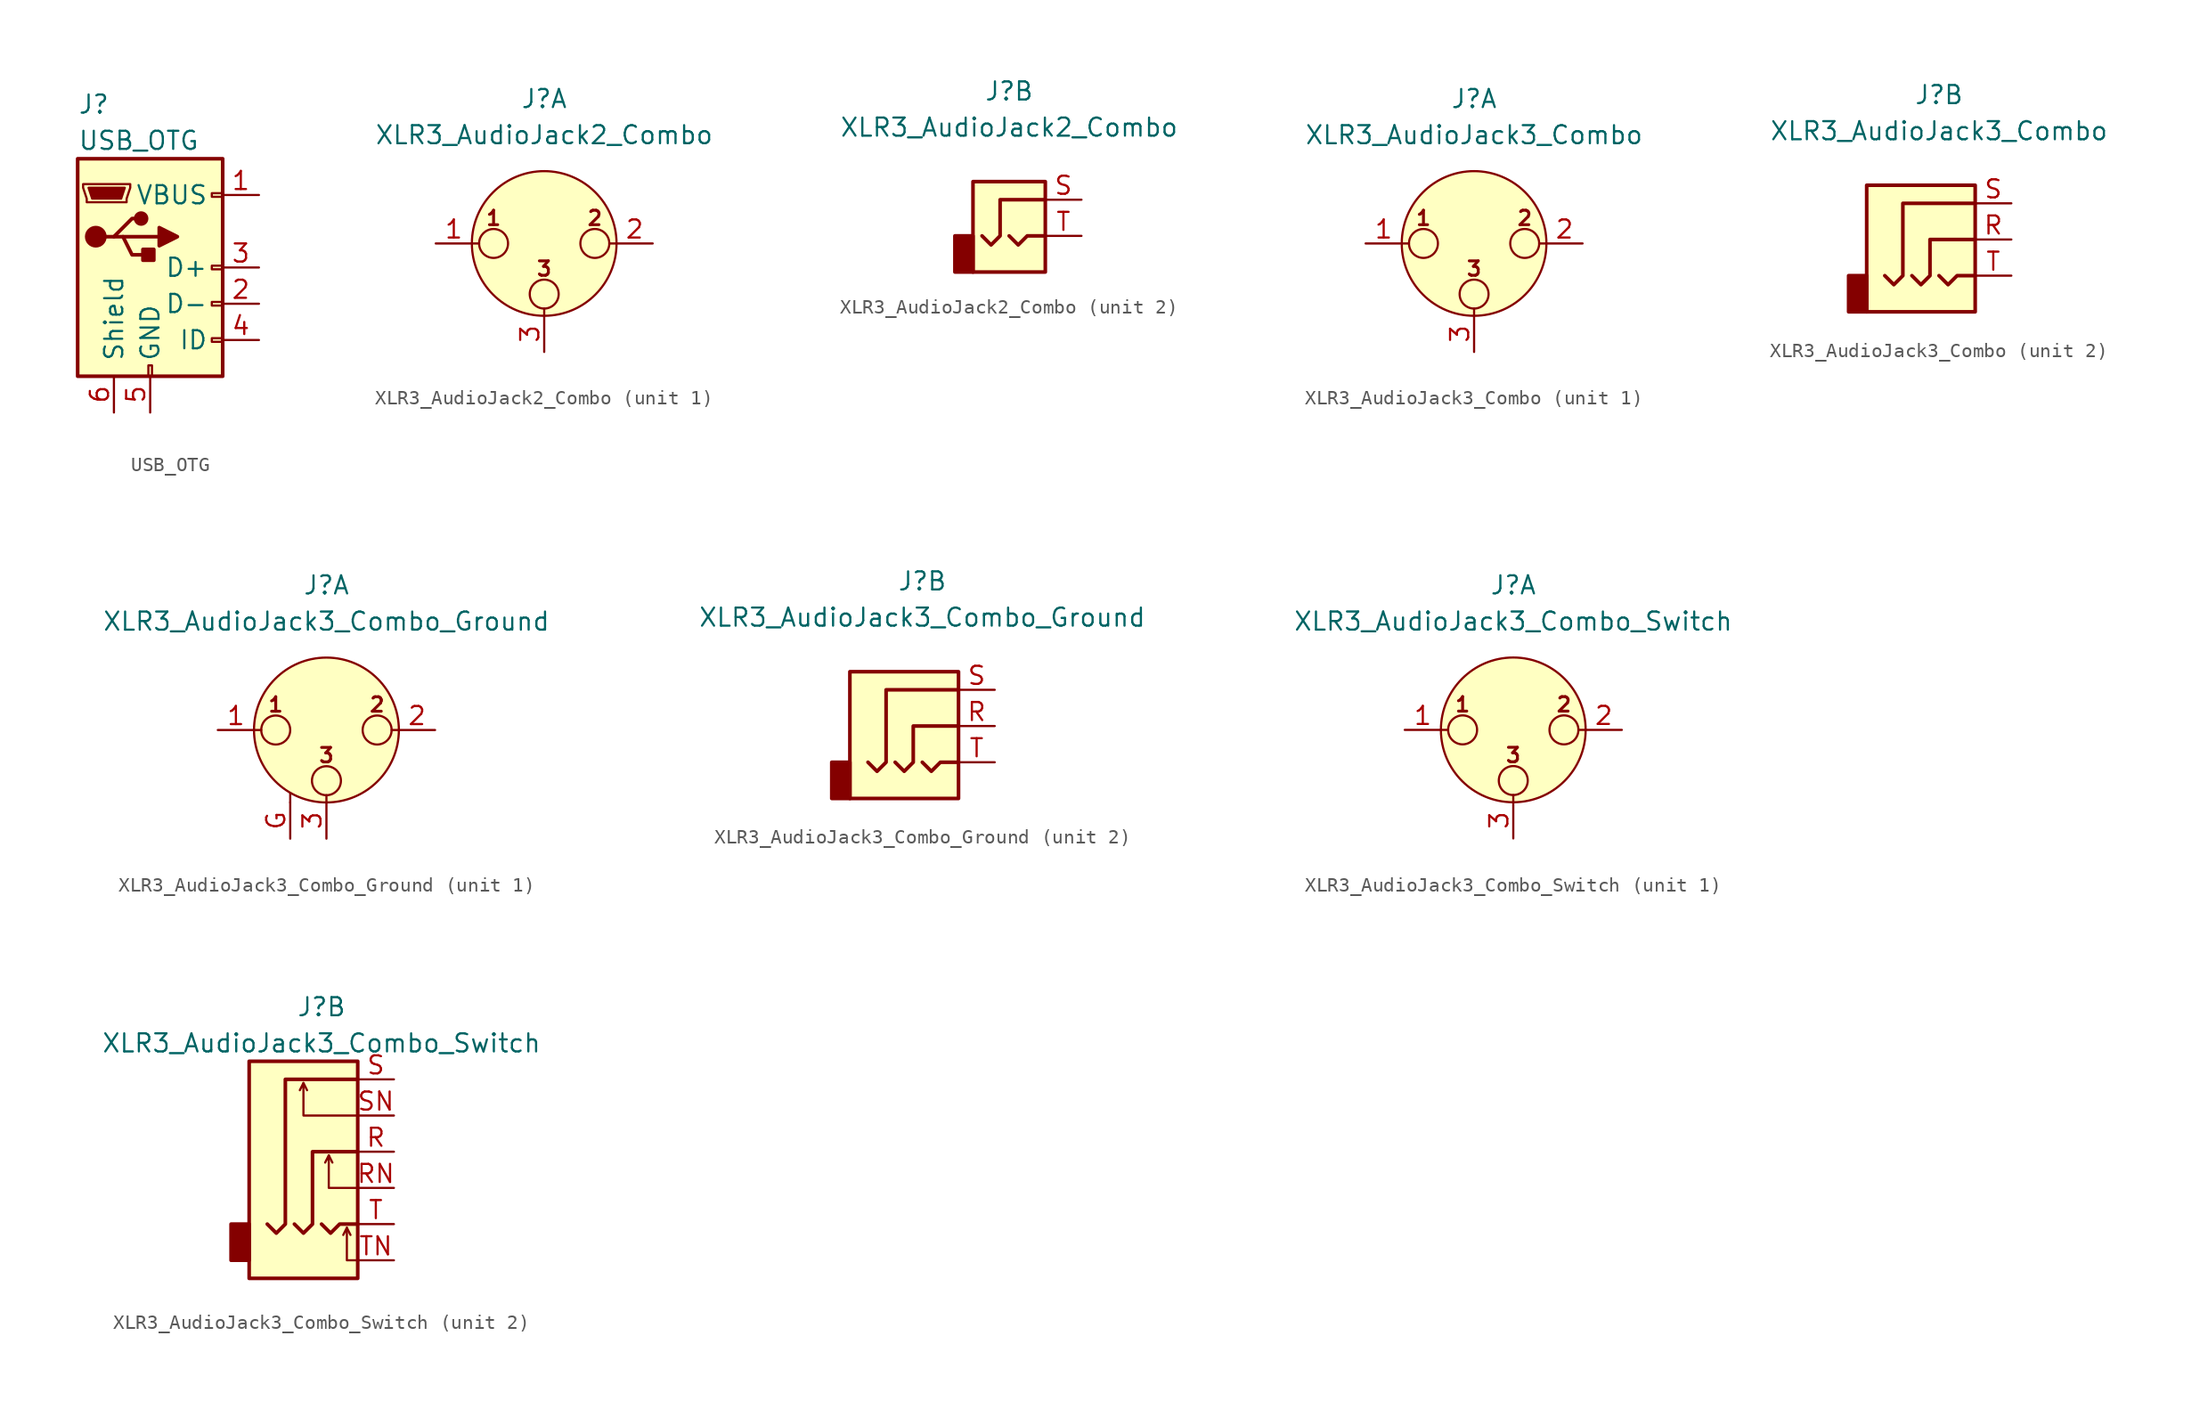
<source format=kicad_sym>
(kicad_symbol_lib
  (version 20211014)
  (generator kicad_symbol_editor)
  (symbol "USB_OTG"
    (pin_names
      (offset 1.016))
    (property "Reference" "J"
      (at -5.08 11.43 0)
      (effects (font (size 1.27 1.27)) (justify left)))
    (property "Value" "USB_OTG"
      (at -5.08 8.89 0)
      (effects (font (size 1.27 1.27)) (justify left)))
    (symbol "USB_OTG_0_1"
      (rectangle (start -5.08 -7.62) (end 5.08 7.62) (stroke (width 0.254) (type default) (color 0 0 0 0)) (fill (type background)))
      (circle (center -3.81 2.159) (radius 0.635) (stroke (width 0.254) (type default) (color 0 0 0 0)) (fill (type outline)))
      (circle (center -0.635 3.429) (radius 0.381) (stroke (width 0.254) (type default) (color 0 0 0 0)) (fill (type outline)))
      (rectangle (start -0.127 -7.62) (end 0.127 -6.858) (stroke (width 0) (type default) (color 0 0 0 0)) (fill (type none)))
      (polyline (pts (xy -1.905 2.159) (xy 0.635 2.159)) (stroke (width 0.254) (type default) (color 0 0 0 0)) (fill (type none)))
      (polyline (pts (xy -3.175 2.159) (xy -2.54 2.159) (xy -1.27 3.429) (xy -0.635 3.429)) (stroke (width 0.254) (type default) (color 0 0 0 0)) (fill (type none)))
      (polyline (pts (xy -2.54 2.159) (xy -1.905 2.159) (xy -1.27 0.889) (xy 0 0.889)) (stroke (width 0.254) (type default) (color 0 0 0 0)) (fill (type none)))
      (polyline (pts (xy 0.635 2.794) (xy 0.635 1.524) (xy 1.905 2.159) (xy 0.635 2.794)) (stroke (width 0.254) (type default) (color 0 0 0 0)) (fill (type outline)))
      (polyline (pts (xy -4.318 5.588) (xy -1.778 5.588) (xy -2.032 4.826) (xy -4.064 4.826) (xy -4.318 5.588)) (stroke (width 0) (type default) (color 0 0 0 0)) (fill (type outline)))
      (polyline (pts (xy -4.699 5.842) (xy -4.699 5.588) (xy -4.445 4.826) (xy -4.445 4.572) (xy -1.651 4.572) (xy -1.651 4.826) (xy -1.397 5.588) (xy -1.397 5.842) (xy -4.699 5.842)) (stroke (width 0) (type default) (color 0 0 0 0)) (fill (type none)))
      (rectangle (start 0.254 1.27) (end -0.508 0.508) (stroke (width 0.254) (type default) (color 0 0 0 0)) (fill (type outline)))
      (rectangle (start 5.08 -5.207) (end 4.318 -4.953) (stroke (width 0) (type default) (color 0 0 0 0)) (fill (type none)))
      (rectangle (start 5.08 -2.667) (end 4.318 -2.413) (stroke (width 0) (type default) (color 0 0 0 0)) (fill (type none)))
      (rectangle (start 5.08 -0.127) (end 4.318 0.127) (stroke (width 0) (type default) (color 0 0 0 0)) (fill (type none)))
      (rectangle (start 5.08 4.953) (end 4.318 5.207) (stroke (width 0) (type default) (color 0 0 0 0)) (fill (type none))))
    (symbol "USB_OTG_1_1"
      (pin passive line (at 7.62 5.08 180) (length 2.54) (name "VBUS" (effects (font (size 1.27 1.27)))) (number "1" (effects (font (size 1.27 1.27)))))
      (pin bidirectional line (at 7.62 -2.54 180) (length 2.54) (name "D-" (effects (font (size 1.27 1.27)))) (number "2" (effects (font (size 1.27 1.27)))))
      (pin bidirectional line (at 7.62 0 180) (length 2.54) (name "D+" (effects (font (size 1.27 1.27)))) (number "3" (effects (font (size 1.27 1.27)))))
      (pin passive line (at 7.62 -5.08 180) (length 2.54) (name "ID" (effects (font (size 1.27 1.27)))) (number "4" (effects (font (size 1.27 1.27)))))
      (pin passive line (at 0 -10.16 90) (length 2.54) (name "GND" (effects (font (size 1.27 1.27)))) (number "5" (effects (font (size 1.27 1.27)))))
      (pin passive line (at -2.54 -10.16 90) (length 2.54) (name "Shield" (effects (font (size 1.27 1.27)))) (number "6" (effects (font (size 1.27 1.27)))))))
  (symbol "XLR3_AudioJack2_Combo"
    (pin_names hide)
    (property "Reference" "J"
      (at 0 10.16 0)
      (effects (font (size 1.27 1.27))))
    (property "Value" "XLR3_AudioJack2_Combo"
      (at 0 7.62 0)
      (effects (font (size 1.27 1.27))))
    (symbol "XLR3_AudioJack2_Combo_1_1"
      (circle (center -3.556 0) (radius 1.016) (stroke (width 0) (type default) (color 0 0 0 0)) (fill (type none)))
      (circle (center 0 -3.556) (radius 1.016) (stroke (width 0) (type default) (color 0 0 0 0)) (fill (type none)))
      (polyline (pts (xy -5.08 0) (xy -4.572 0)) (stroke (width 0) (type default) (color 0 0 0 0)) (fill (type none)))
      (polyline (pts (xy 0 -5.08) (xy 0 -4.572)) (stroke (width 0) (type default) (color 0 0 0 0)) (fill (type none)))
      (polyline (pts (xy 5.08 0) (xy 4.572 0)) (stroke (width 0) (type default) (color 0 0 0 0)) (fill (type none)))
      (circle (center 0 0) (radius 5.08) (stroke (width 0) (type default) (color 0 0 0 0)) (fill (type background)))
      (circle (center 3.556 0) (radius 1.016) (stroke (width 0) (type default) (color 0 0 0 0)) (fill (type none)))
      (text "1" (at -3.556 1.778 0) (effects (font (size 1.016 1.016) bold)))
      (text "2" (at 3.556 1.778 0) (effects (font (size 1.016 1.016) bold)))
      (text "3" (at 0 -1.778 0) (effects (font (size 1.016 1.016) bold)))
      (pin passive line (at -7.62 0 0) (length 2.54) (name "~" (effects (font (size 1.27 1.27)))) (number "1" (effects (font (size 1.27 1.27)))))
      (pin passive line (at 7.62 0 180) (length 2.54) (name "~" (effects (font (size 1.27 1.27)))) (number "2" (effects (font (size 1.27 1.27)))))
      (pin passive line (at 0 -7.62 90) (length 2.54) (name "~" (effects (font (size 1.27 1.27)))) (number "3" (effects (font (size 1.27 1.27))))))
    (symbol "XLR3_AudioJack2_Combo_2_1"
      (rectangle (start -2.54 0) (end -3.81 -2.54) (stroke (width 0.254) (type default) (color 0 0 0 0)) (fill (type outline)))
      (polyline (pts (xy 0 0) (xy 0.635 -0.635) (xy 1.27 0) (xy 2.54 0)) (stroke (width 0.254) (type default) (color 0 0 0 0)) (fill (type none)))
      (polyline (pts (xy 2.54 2.54) (xy -0.635 2.54) (xy -0.635 0) (xy -1.27 -0.635) (xy -1.905 0)) (stroke (width 0.254) (type default) (color 0 0 0 0)) (fill (type none)))
      (rectangle (start 2.54 3.81) (end -2.54 -2.54) (stroke (width 0.254) (type default) (color 0 0 0 0)) (fill (type background)))
      (pin passive line (at 5.08 2.54 180) (length 2.54) (name "~" (effects (font (size 1.27 1.27)))) (number "S" (effects (font (size 1.27 1.27)))))
      (pin passive line (at 5.08 0 180) (length 2.54) (name "~" (effects (font (size 1.27 1.27)))) (number "T" (effects (font (size 1.27 1.27)))))))
  (symbol "XLR3_AudioJack3_Combo"
    (pin_names hide)
    (property "Reference" "J"
      (at 0 10.16 0)
      (effects (font (size 1.27 1.27))))
    (property "Value" "XLR3_AudioJack3_Combo"
      (at 0 7.62 0)
      (effects (font (size 1.27 1.27))))
    (symbol "XLR3_AudioJack3_Combo_1_1"
      (circle (center -3.556 0) (radius 1.016) (stroke (width 0) (type default) (color 0 0 0 0)) (fill (type none)))
      (circle (center 0 -3.556) (radius 1.016) (stroke (width 0) (type default) (color 0 0 0 0)) (fill (type none)))
      (polyline (pts (xy -5.08 0) (xy -4.572 0)) (stroke (width 0) (type default) (color 0 0 0 0)) (fill (type none)))
      (polyline (pts (xy 0 -5.08) (xy 0 -4.572)) (stroke (width 0) (type default) (color 0 0 0 0)) (fill (type none)))
      (polyline (pts (xy 5.08 0) (xy 4.572 0)) (stroke (width 0) (type default) (color 0 0 0 0)) (fill (type none)))
      (circle (center 0 0) (radius 5.08) (stroke (width 0) (type default) (color 0 0 0 0)) (fill (type background)))
      (circle (center 3.556 0) (radius 1.016) (stroke (width 0) (type default) (color 0 0 0 0)) (fill (type none)))
      (text "1" (at -3.556 1.778 0) (effects (font (size 1.016 1.016) bold)))
      (text "2" (at 3.556 1.778 0) (effects (font (size 1.016 1.016) bold)))
      (text "3" (at 0 -1.778 0) (effects (font (size 1.016 1.016) bold)))
      (pin passive line (at -7.62 0 0) (length 2.54) (name "~" (effects (font (size 1.27 1.27)))) (number "1" (effects (font (size 1.27 1.27)))))
      (pin passive line (at 7.62 0 180) (length 2.54) (name "~" (effects (font (size 1.27 1.27)))) (number "2" (effects (font (size 1.27 1.27)))))
      (pin passive line (at 0 -7.62 90) (length 2.54) (name "~" (effects (font (size 1.27 1.27)))) (number "3" (effects (font (size 1.27 1.27))))))
    (symbol "XLR3_AudioJack3_Combo_2_1"
      (rectangle (start -5.08 -2.54) (end -6.35 -5.08) (stroke (width 0.254) (type default) (color 0 0 0 0)) (fill (type outline)))
      (polyline (pts (xy 0 -2.54) (xy 0.635 -3.175) (xy 1.27 -2.54) (xy 2.54 -2.54)) (stroke (width 0.254) (type default) (color 0 0 0 0)) (fill (type none)))
      (polyline (pts (xy -1.905 -2.54) (xy -1.27 -3.175) (xy -0.635 -2.54) (xy -0.635 0) (xy 2.54 0)) (stroke (width 0.254) (type default) (color 0 0 0 0)) (fill (type none)))
      (polyline (pts (xy 2.54 2.54) (xy -2.54 2.54) (xy -2.54 -2.54) (xy -3.175 -3.175) (xy -3.81 -2.54)) (stroke (width 0.254) (type default) (color 0 0 0 0)) (fill (type none)))
      (rectangle (start 2.54 3.81) (end -5.08 -5.08) (stroke (width 0.254) (type default) (color 0 0 0 0)) (fill (type background)))
      (pin passive line (at 5.08 0 180) (length 2.54) (name "~" (effects (font (size 1.27 1.27)))) (number "R" (effects (font (size 1.27 1.27)))))
      (pin passive line (at 5.08 2.54 180) (length 2.54) (name "~" (effects (font (size 1.27 1.27)))) (number "S" (effects (font (size 1.27 1.27)))))
      (pin passive line (at 5.08 -2.54 180) (length 2.54) (name "~" (effects (font (size 1.27 1.27)))) (number "T" (effects (font (size 1.27 1.27)))))))
  (symbol "XLR3_AudioJack3_Combo_Ground"
    (pin_names hide)
    (property "Reference" "J"
      (at 0 10.16 0)
      (effects (font (size 1.27 1.27))))
    (property "Value" "XLR3_AudioJack3_Combo_Ground"
      (at 0 7.62 0)
      (effects (font (size 1.27 1.27))))
    (symbol "XLR3_AudioJack3_Combo_Ground_1_1"
      (circle (center -3.556 0) (radius 1.016) (stroke (width 0) (type default) (color 0 0 0 0)) (fill (type none)))
      (circle (center 0 -3.556) (radius 1.016) (stroke (width 0) (type default) (color 0 0 0 0)) (fill (type none)))
      (polyline (pts (xy -5.08 0) (xy -4.572 0)) (stroke (width 0) (type default) (color 0 0 0 0)) (fill (type none)))
      (polyline (pts (xy -2.54 -5.08) (xy -2.54 -4.445)) (stroke (width 0) (type default) (color 0 0 0 0)) (fill (type none)))
      (polyline (pts (xy 0 -5.08) (xy 0 -4.572)) (stroke (width 0) (type default) (color 0 0 0 0)) (fill (type none)))
      (polyline (pts (xy 5.08 0) (xy 4.572 0)) (stroke (width 0) (type default) (color 0 0 0 0)) (fill (type none)))
      (circle (center 0 0) (radius 5.08) (stroke (width 0) (type default) (color 0 0 0 0)) (fill (type background)))
      (circle (center 3.556 0) (radius 1.016) (stroke (width 0) (type default) (color 0 0 0 0)) (fill (type none)))
      (text "1" (at -3.556 1.778 0) (effects (font (size 1.016 1.016) bold)))
      (text "2" (at 3.556 1.778 0) (effects (font (size 1.016 1.016) bold)))
      (text "3" (at 0 -1.778 0) (effects (font (size 1.016 1.016) bold)))
      (pin passive line (at -7.62 0 0) (length 2.54) (name "~" (effects (font (size 1.27 1.27)))) (number "1" (effects (font (size 1.27 1.27)))))
      (pin passive line (at 7.62 0 180) (length 2.54) (name "~" (effects (font (size 1.27 1.27)))) (number "2" (effects (font (size 1.27 1.27)))))
      (pin passive line (at 0 -7.62 90) (length 2.54) (name "~" (effects (font (size 1.27 1.27)))) (number "3" (effects (font (size 1.27 1.27)))))
      (pin passive line (at -2.54 -7.62 90) (length 2.54) (name "~" (effects (font (size 1.27 1.27)))) (number "G" (effects (font (size 1.27 1.27))))))
    (symbol "XLR3_AudioJack3_Combo_Ground_2_1"
      (rectangle (start -5.08 -2.54) (end -6.35 -5.08) (stroke (width 0.254) (type default) (color 0 0 0 0)) (fill (type outline)))
      (polyline (pts (xy 0 -2.54) (xy 0.635 -3.175) (xy 1.27 -2.54) (xy 2.54 -2.54)) (stroke (width 0.254) (type default) (color 0 0 0 0)) (fill (type none)))
      (polyline (pts (xy -1.905 -2.54) (xy -1.27 -3.175) (xy -0.635 -2.54) (xy -0.635 0) (xy 2.54 0)) (stroke (width 0.254) (type default) (color 0 0 0 0)) (fill (type none)))
      (polyline (pts (xy 2.54 2.54) (xy -2.54 2.54) (xy -2.54 -2.54) (xy -3.175 -3.175) (xy -3.81 -2.54)) (stroke (width 0.254) (type default) (color 0 0 0 0)) (fill (type none)))
      (rectangle (start 2.54 3.81) (end -5.08 -5.08) (stroke (width 0.254) (type default) (color 0 0 0 0)) (fill (type background)))
      (pin passive line (at 5.08 0 180) (length 2.54) (name "~" (effects (font (size 1.27 1.27)))) (number "R" (effects (font (size 1.27 1.27)))))
      (pin passive line (at 5.08 2.54 180) (length 2.54) (name "~" (effects (font (size 1.27 1.27)))) (number "S" (effects (font (size 1.27 1.27)))))
      (pin passive line (at 5.08 -2.54 180) (length 2.54) (name "~" (effects (font (size 1.27 1.27)))) (number "T" (effects (font (size 1.27 1.27)))))))
  (symbol "XLR3_AudioJack3_Combo_Switch"
    (pin_names hide)
    (property "Reference" "J"
      (at 0 10.16 0)
      (effects (font (size 1.27 1.27))))
    (property "Value" "XLR3_AudioJack3_Combo_Switch"
      (at 0 7.62 0)
      (effects (font (size 1.27 1.27))))
    (symbol "XLR3_AudioJack3_Combo_Switch_1_1"
      (circle (center -3.556 0) (radius 1.016) (stroke (width 0) (type default) (color 0 0 0 0)) (fill (type none)))
      (circle (center 0 -3.556) (radius 1.016) (stroke (width 0) (type default) (color 0 0 0 0)) (fill (type none)))
      (polyline (pts (xy -5.08 0) (xy -4.572 0)) (stroke (width 0) (type default) (color 0 0 0 0)) (fill (type none)))
      (polyline (pts (xy 0 -5.08) (xy 0 -4.572)) (stroke (width 0) (type default) (color 0 0 0 0)) (fill (type none)))
      (polyline (pts (xy 5.08 0) (xy 4.572 0)) (stroke (width 0) (type default) (color 0 0 0 0)) (fill (type none)))
      (circle (center 0 0) (radius 5.08) (stroke (width 0) (type default) (color 0 0 0 0)) (fill (type background)))
      (circle (center 3.556 0) (radius 1.016) (stroke (width 0) (type default) (color 0 0 0 0)) (fill (type none)))
      (text "1" (at -3.556 1.778 0) (effects (font (size 1.016 1.016) bold)))
      (text "2" (at 3.556 1.778 0) (effects (font (size 1.016 1.016) bold)))
      (text "3" (at 0 -1.778 0) (effects (font (size 1.016 1.016) bold)))
      (pin passive line (at -7.62 0 0) (length 2.54) (name "~" (effects (font (size 1.27 1.27)))) (number "1" (effects (font (size 1.27 1.27)))))
      (pin passive line (at 7.62 0 180) (length 2.54) (name "~" (effects (font (size 1.27 1.27)))) (number "2" (effects (font (size 1.27 1.27)))))
      (pin passive line (at 0 -7.62 90) (length 2.54) (name "~" (effects (font (size 1.27 1.27)))) (number "3" (effects (font (size 1.27 1.27))))))
    (symbol "XLR3_AudioJack3_Combo_Switch_2_1"
      (rectangle (start -5.08 -5.08) (end -6.35 -7.62) (stroke (width 0.254) (type default) (color 0 0 0 0)) (fill (type outline)))
      (polyline (pts (xy -1.27 4.826) (xy -1.016 4.318)) (stroke (width 0) (type default) (color 0 0 0 0)) (fill (type none)))
      (polyline (pts (xy 0.508 -0.254) (xy 0.762 -0.762)) (stroke (width 0) (type default) (color 0 0 0 0)) (fill (type none)))
      (polyline (pts (xy 1.778 -5.334) (xy 2.032 -5.842)) (stroke (width 0) (type default) (color 0 0 0 0)) (fill (type none)))
      (polyline (pts (xy 0 -5.08) (xy 0.635 -5.715) (xy 1.27 -5.08) (xy 2.54 -5.08)) (stroke (width 0.254) (type default) (color 0 0 0 0)) (fill (type none)))
      (polyline (pts (xy 2.54 -7.62) (xy 1.778 -7.62) (xy 1.778 -5.334) (xy 1.524 -5.842)) (stroke (width 0) (type default) (color 0 0 0 0)) (fill (type none)))
      (polyline (pts (xy 2.54 -2.54) (xy 0.508 -2.54) (xy 0.508 -0.254) (xy 0.254 -0.762)) (stroke (width 0) (type default) (color 0 0 0 0)) (fill (type none)))
      (polyline (pts (xy 2.54 2.54) (xy -1.27 2.54) (xy -1.27 4.826) (xy -1.524 4.318)) (stroke (width 0) (type default) (color 0 0 0 0)) (fill (type none)))
      (polyline (pts (xy -1.905 -5.08) (xy -1.27 -5.715) (xy -0.635 -5.08) (xy -0.635 0) (xy 2.54 0)) (stroke (width 0.254) (type default) (color 0 0 0 0)) (fill (type none)))
      (polyline (pts (xy 2.54 5.08) (xy -2.54 5.08) (xy -2.54 -5.08) (xy -3.175 -5.715) (xy -3.81 -5.08)) (stroke (width 0.254) (type default) (color 0 0 0 0)) (fill (type none)))
      (rectangle (start 2.54 6.35) (end -5.08 -8.89) (stroke (width 0.254) (type default) (color 0 0 0 0)) (fill (type background)))
      (pin passive line (at 5.08 0 180) (length 2.54) (name "~" (effects (font (size 1.27 1.27)))) (number "R" (effects (font (size 1.27 1.27)))))
      (pin passive line (at 5.08 -2.54 180) (length 2.54) (name "~" (effects (font (size 1.27 1.27)))) (number "RN" (effects (font (size 1.27 1.27)))))
      (pin passive line (at 5.08 5.08 180) (length 2.54) (name "~" (effects (font (size 1.27 1.27)))) (number "S" (effects (font (size 1.27 1.27)))))
      (pin passive line (at 5.08 2.54 180) (length 2.54) (name "~" (effects (font (size 1.27 1.27)))) (number "SN" (effects (font (size 1.27 1.27)))))
      (pin passive line (at 5.08 -5.08 180) (length 2.54) (name "~" (effects (font (size 1.27 1.27)))) (number "T" (effects (font (size 1.27 1.27)))))
      (pin passive line (at 5.08 -7.62 180) (length 2.54) (name "~" (effects (font (size 1.27 1.27)))) (number "TN" (effects (font (size 1.27 1.27))))))))
</source>
